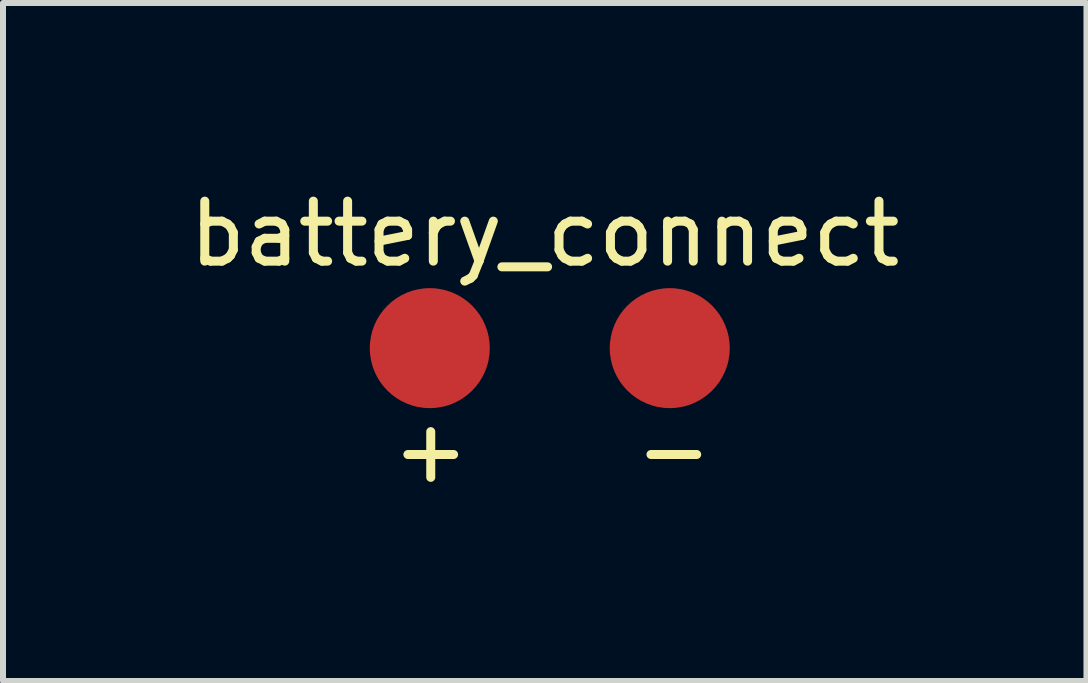
<source format=kicad_pcb>
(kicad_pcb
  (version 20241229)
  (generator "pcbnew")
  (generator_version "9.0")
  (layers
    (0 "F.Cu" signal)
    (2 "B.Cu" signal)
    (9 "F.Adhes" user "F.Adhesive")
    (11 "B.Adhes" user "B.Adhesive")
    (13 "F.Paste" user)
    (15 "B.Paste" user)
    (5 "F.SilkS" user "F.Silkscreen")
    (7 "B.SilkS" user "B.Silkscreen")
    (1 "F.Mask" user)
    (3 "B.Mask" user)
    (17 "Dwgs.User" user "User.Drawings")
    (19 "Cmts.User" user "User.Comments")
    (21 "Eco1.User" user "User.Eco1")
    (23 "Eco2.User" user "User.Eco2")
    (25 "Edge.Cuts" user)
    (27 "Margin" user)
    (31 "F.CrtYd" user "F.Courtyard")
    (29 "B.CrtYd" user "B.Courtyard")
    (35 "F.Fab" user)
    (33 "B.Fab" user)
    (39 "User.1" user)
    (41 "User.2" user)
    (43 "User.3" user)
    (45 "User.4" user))
  (footprint "battery_connect"
    (layer "F.Cu")
    (at 6.114 2.753)
    (property "Reference" "battery_connect" (at -0.084 -1.905 0) (layer "F.SilkS") (effects (font (size 1 1) (thickness 0.15))))
    (attr through_hole)
    (fp_text user "+" (at -1.984 1.699 0) (layer "F.SilkS") (effects (font (size 1 1) (thickness 0.15))))
    (fp_text user "-" (at 2.068 1.699 0) (layer "F.SilkS") (effects (font (size 1 1) (thickness 0.15))))
    (pad "1" smd circle (at -2 0) (size 2 2) (layers "F.Cu" "F.Mask" "F.Paste"))
    (pad "2" smd circle (at 2 0) (size 2 2) (layers "F.Cu" "F.Mask" "F.Paste")))
  (gr_rect
    (start -3 -3)
    (end 15.06 8.301)
    (stroke (width 0.1) (type default))
    (fill no)
    (layer "Edge.Cuts")))
</source>
